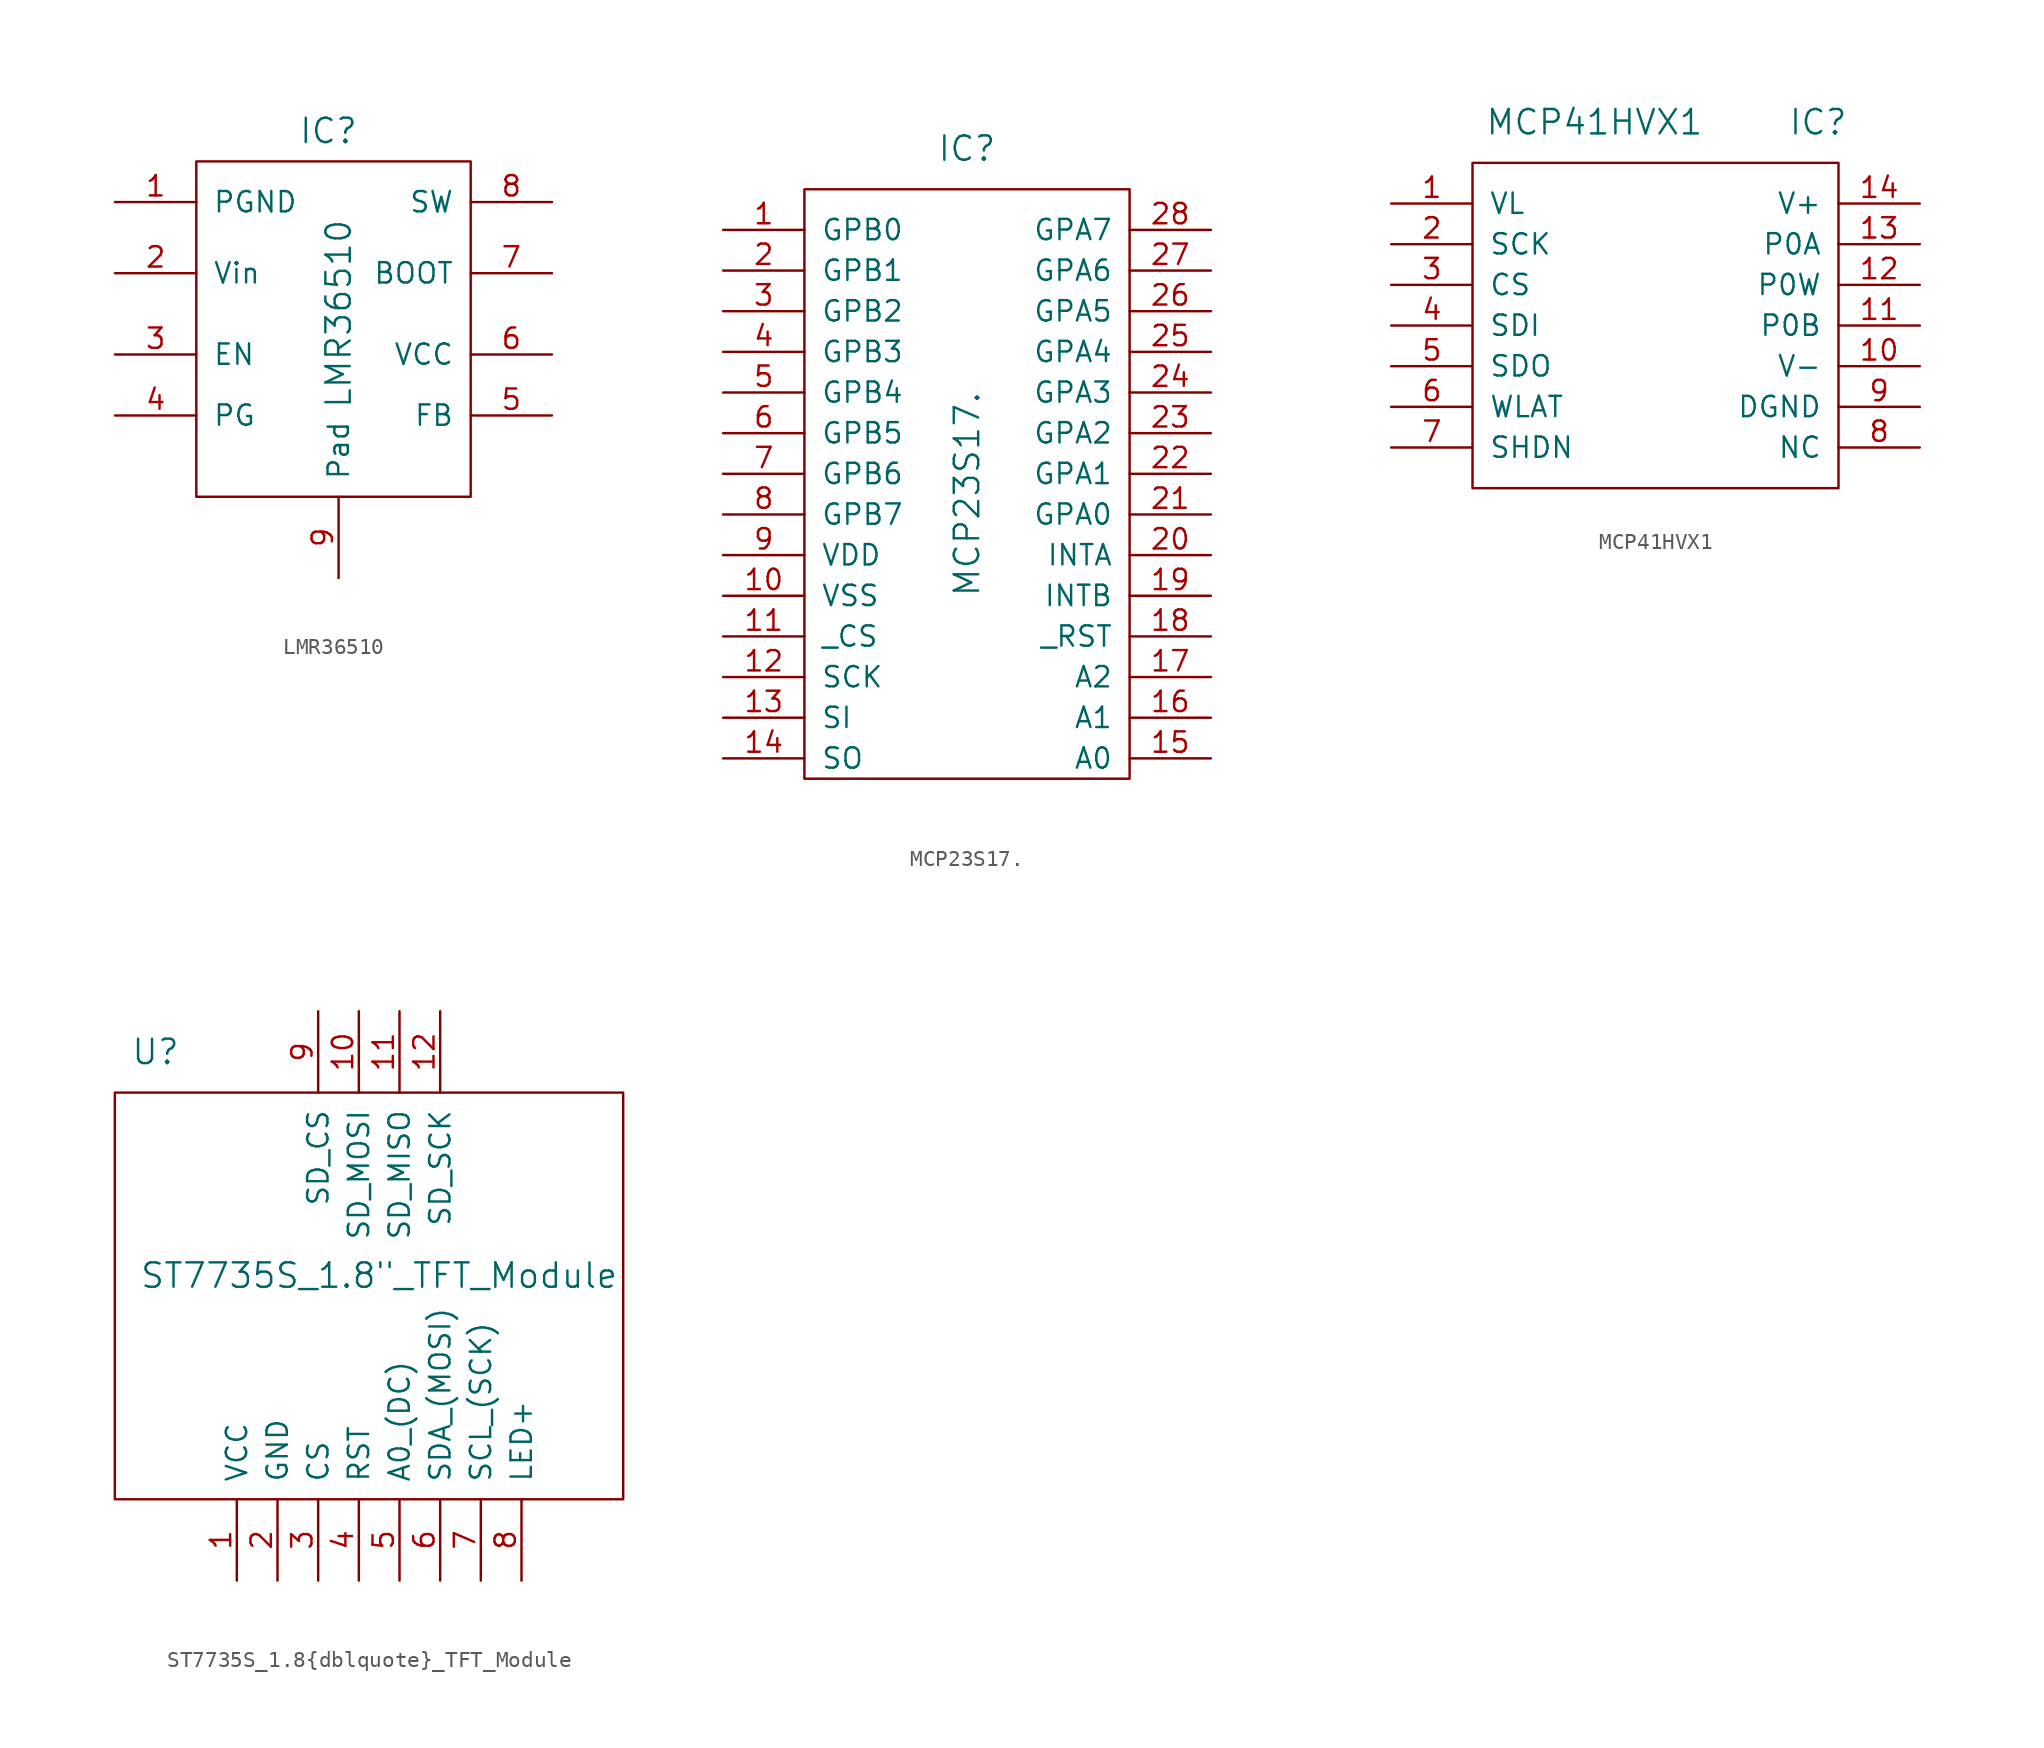
<source format=kicad_sym>
(kicad_symbol_lib
  (version 20220914)
  (generator kicad_symbol_editor)
  (symbol "LMR36510"
    (pin_names
      (offset 1.016))
    (property "Reference" "IC"
      (at -0.635 11.43 0)
      (effects (font (size 1.524 1.524))))
    (property "Value" "LMR36510"
      (at 0 0 90)
      (effects (font (size 1.524 1.524))))
    (symbol "LMR36510_0_0"
      (rectangle (start -8.89 9.525) (end 8.255 -11.43) (stroke (width 0) (type solid)) (fill (type none))))
    (symbol "LMR36510_1_1"
      (pin input line (at -13.97 6.985 0) (length 5.08) (name "PGND" (effects (font (size 1.27 1.27)))) (number "1" (effects (font (size 1.27 1.27)))))
      (pin input line (at -13.97 2.54 0) (length 5.08) (name "Vin" (effects (font (size 1.27 1.27)))) (number "2" (effects (font (size 1.27 1.27)))))
      (pin input line (at -13.97 -2.54 0) (length 5.08) (name "EN" (effects (font (size 1.27 1.27)))) (number "3" (effects (font (size 1.27 1.27)))))
      (pin input line (at -13.97 -6.35 0) (length 5.08) (name "PG" (effects (font (size 1.27 1.27)))) (number "4" (effects (font (size 1.27 1.27)))))
      (pin input line (at 13.335 -6.35 180) (length 5.08) (name "FB" (effects (font (size 1.27 1.27)))) (number "5" (effects (font (size 1.27 1.27)))))
      (pin input line (at 13.335 -2.54 180) (length 5.08) (name "VCC" (effects (font (size 1.27 1.27)))) (number "6" (effects (font (size 1.27 1.27)))))
      (pin input line (at 13.335 2.54 180) (length 5.08) (name "BOOT" (effects (font (size 1.27 1.27)))) (number "7" (effects (font (size 1.27 1.27)))))
      (pin input line (at 13.335 6.985 180) (length 5.08) (name "SW" (effects (font (size 1.27 1.27)))) (number "8" (effects (font (size 1.27 1.27)))))
      (pin input line (at 0 -16.51 90) (length 5.08) (name "Pad" (effects (font (size 1.27 1.27)))) (number "9" (effects (font (size 1.27 1.27)))))))
  (symbol "MCP23S17."
    (pin_names
      (offset 1.016))
    (property "Reference" "IC"
      (at 0 2.54 0)
      (effects (font (size 1.524 1.524))))
    (property "Value" "MCP23S17."
      (at 0 -19.05 90)
      (effects (font (size 1.524 1.524))))
    (symbol "MCP23S17._0_1"
      (rectangle (start -10.16 0) (end 10.16 -36.83) (stroke (width 0) (type solid)) (fill (type none))))
    (symbol "MCP23S17._1_1"
      (pin input line (at -15.24 -2.54 0) (length 5.08) (name "GPB0" (effects (font (size 1.27 1.27)))) (number "1" (effects (font (size 1.27 1.27)))))
      (pin input line (at -15.24 -25.4 0) (length 5.08) (name "VSS" (effects (font (size 1.27 1.27)))) (number "10" (effects (font (size 1.27 1.27)))))
      (pin input line (at -15.24 -27.94 0) (length 5.08) (name "_CS" (effects (font (size 1.27 1.27)))) (number "11" (effects (font (size 1.27 1.27)))))
      (pin input line (at -15.24 -30.48 0) (length 5.08) (name "SCK" (effects (font (size 1.27 1.27)))) (number "12" (effects (font (size 1.27 1.27)))))
      (pin input line (at -15.24 -33.02 0) (length 5.08) (name "SI" (effects (font (size 1.27 1.27)))) (number "13" (effects (font (size 1.27 1.27)))))
      (pin input line (at -15.24 -35.56 0) (length 5.08) (name "SO" (effects (font (size 1.27 1.27)))) (number "14" (effects (font (size 1.27 1.27)))))
      (pin input line (at 15.24 -35.56 180) (length 5.08) (name "A0" (effects (font (size 1.27 1.27)))) (number "15" (effects (font (size 1.27 1.27)))))
      (pin input line (at 15.24 -33.02 180) (length 5.08) (name "A1" (effects (font (size 1.27 1.27)))) (number "16" (effects (font (size 1.27 1.27)))))
      (pin input line (at 15.24 -30.48 180) (length 5.08) (name "A2" (effects (font (size 1.27 1.27)))) (number "17" (effects (font (size 1.27 1.27)))))
      (pin input line (at 15.24 -27.94 180) (length 5.08) (name "_RST" (effects (font (size 1.27 1.27)))) (number "18" (effects (font (size 1.27 1.27)))))
      (pin input line (at 15.24 -25.4 180) (length 5.08) (name "INTB" (effects (font (size 1.27 1.27)))) (number "19" (effects (font (size 1.27 1.27)))))
      (pin input line (at -15.24 -5.08 0) (length 5.08) (name "GPB1" (effects (font (size 1.27 1.27)))) (number "2" (effects (font (size 1.27 1.27)))))
      (pin input line (at 15.24 -22.86 180) (length 5.08) (name "INTA" (effects (font (size 1.27 1.27)))) (number "20" (effects (font (size 1.27 1.27)))))
      (pin input line (at 15.24 -20.32 180) (length 5.08) (name "GPA0" (effects (font (size 1.27 1.27)))) (number "21" (effects (font (size 1.27 1.27)))))
      (pin input line (at 15.24 -17.78 180) (length 5.08) (name "GPA1" (effects (font (size 1.27 1.27)))) (number "22" (effects (font (size 1.27 1.27)))))
      (pin input line (at 15.24 -15.24 180) (length 5.08) (name "GPA2" (effects (font (size 1.27 1.27)))) (number "23" (effects (font (size 1.27 1.27)))))
      (pin input line (at 15.24 -12.7 180) (length 5.08) (name "GPA3" (effects (font (size 1.27 1.27)))) (number "24" (effects (font (size 1.27 1.27)))))
      (pin input line (at 15.24 -10.16 180) (length 5.08) (name "GPA4" (effects (font (size 1.27 1.27)))) (number "25" (effects (font (size 1.27 1.27)))))
      (pin input line (at 15.24 -7.62 180) (length 5.08) (name "GPA5" (effects (font (size 1.27 1.27)))) (number "26" (effects (font (size 1.27 1.27)))))
      (pin input line (at 15.24 -5.08 180) (length 5.08) (name "GPA6" (effects (font (size 1.27 1.27)))) (number "27" (effects (font (size 1.27 1.27)))))
      (pin input line (at 15.24 -2.54 180) (length 5.08) (name "GPA7" (effects (font (size 1.27 1.27)))) (number "28" (effects (font (size 1.27 1.27)))))
      (pin input line (at -15.24 -7.62 0) (length 5.08) (name "GPB2" (effects (font (size 1.27 1.27)))) (number "3" (effects (font (size 1.27 1.27)))))
      (pin input line (at -15.24 -10.16 0) (length 5.08) (name "GPB3" (effects (font (size 1.27 1.27)))) (number "4" (effects (font (size 1.27 1.27)))))
      (pin input line (at -15.24 -12.7 0) (length 5.08) (name "GPB4" (effects (font (size 1.27 1.27)))) (number "5" (effects (font (size 1.27 1.27)))))
      (pin input line (at -15.24 -15.24 0) (length 5.08) (name "GPB5" (effects (font (size 1.27 1.27)))) (number "6" (effects (font (size 1.27 1.27)))))
      (pin input line (at -15.24 -17.78 0) (length 5.08) (name "GPB6" (effects (font (size 1.27 1.27)))) (number "7" (effects (font (size 1.27 1.27)))))
      (pin input line (at -15.24 -20.32 0) (length 5.08) (name "GPB7" (effects (font (size 1.27 1.27)))) (number "8" (effects (font (size 1.27 1.27)))))
      (pin input line (at -15.24 -22.86 0) (length 5.08) (name "VDD" (effects (font (size 1.27 1.27)))) (number "9" (effects (font (size 1.27 1.27)))))))
  (symbol "MCP41HVX1"
    (pin_names
      (offset 1.016))
    (property "Reference" "IC"
      (at 10.16 12.7 0)
      (effects (font (size 1.524 1.524))))
    (property "Value" "MCP41HVX1"
      (at -3.81 12.7 0)
      (effects (font (size 1.524 1.524))))
    (symbol "MCP41HVX1_0_1"
      (rectangle (start -11.43 10.16) (end 11.43 -10.16) (stroke (width 0) (type solid)) (fill (type none))))
    (symbol "MCP41HVX1_1_1"
      (pin input line (at -16.51 7.62 0) (length 5.08) (name "VL" (effects (font (size 1.27 1.27)))) (number "1" (effects (font (size 1.27 1.27)))))
      (pin input line (at 16.51 -2.54 180) (length 5.08) (name "V-" (effects (font (size 1.27 1.27)))) (number "10" (effects (font (size 1.27 1.27)))))
      (pin input line (at 16.51 0 180) (length 5.08) (name "P0B" (effects (font (size 1.27 1.27)))) (number "11" (effects (font (size 1.27 1.27)))))
      (pin input line (at 16.51 2.54 180) (length 5.08) (name "P0W" (effects (font (size 1.27 1.27)))) (number "12" (effects (font (size 1.27 1.27)))))
      (pin input line (at 16.51 5.08 180) (length 5.08) (name "P0A" (effects (font (size 1.27 1.27)))) (number "13" (effects (font (size 1.27 1.27)))))
      (pin input line (at 16.51 7.62 180) (length 5.08) (name "V+" (effects (font (size 1.27 1.27)))) (number "14" (effects (font (size 1.27 1.27)))))
      (pin input line (at -16.51 5.08 0) (length 5.08) (name "SCK" (effects (font (size 1.27 1.27)))) (number "2" (effects (font (size 1.27 1.27)))))
      (pin input line (at -16.51 2.54 0) (length 5.08) (name "CS" (effects (font (size 1.27 1.27)))) (number "3" (effects (font (size 1.27 1.27)))))
      (pin input line (at -16.51 0 0) (length 5.08) (name "SDI" (effects (font (size 1.27 1.27)))) (number "4" (effects (font (size 1.27 1.27)))))
      (pin input line (at -16.51 -2.54 0) (length 5.08) (name "SDO" (effects (font (size 1.27 1.27)))) (number "5" (effects (font (size 1.27 1.27)))))
      (pin input line (at -16.51 -5.08 0) (length 5.08) (name "WLAT" (effects (font (size 1.27 1.27)))) (number "6" (effects (font (size 1.27 1.27)))))
      (pin input line (at -16.51 -7.62 0) (length 5.08) (name "SHDN" (effects (font (size 1.27 1.27)))) (number "7" (effects (font (size 1.27 1.27)))))
      (pin input line (at 16.51 -7.62 180) (length 5.08) (name "NC" (effects (font (size 1.27 1.27)))) (number "8" (effects (font (size 1.27 1.27)))))
      (pin input line (at 16.51 -5.08 180) (length 5.08) (name "DGND" (effects (font (size 1.27 1.27)))) (number "9" (effects (font (size 1.27 1.27)))))))
  (symbol "ST7735S_1.8{dblquote}_TFT_Module"
    (pin_names
      (offset 1.016))
    (property "Reference" "U"
      (at -13.97 2.54 0)
      (effects (font (size 1.524 1.524))))
    (property "Value" "ST7735S_1.8\"_TFT_Module"
      (at 0 -11.43 0)
      (effects (font (size 1.524 1.524))))
    (symbol "ST7735S_1.8{dblquote}_TFT_Module_0_1"
      (rectangle (start -16.51 -25.4) (end 15.24 0) (stroke (width 0) (type solid)) (fill (type none))))
    (symbol "ST7735S_1.8{dblquote}_TFT_Module_1_1"
      (pin input line (at -8.89 -30.48 90) (length 5.08) (name "VCC" (effects (font (size 1.27 1.27)))) (number "1" (effects (font (size 1.27 1.27)))))
      (pin input line (at -1.27 5.08 270) (length 5.08) (name "SD_MOSI" (effects (font (size 1.27 1.27)))) (number "10" (effects (font (size 1.27 1.27)))))
      (pin input line (at 1.27 5.08 270) (length 5.08) (name "SD_MISO" (effects (font (size 1.27 1.27)))) (number "11" (effects (font (size 1.27 1.27)))))
      (pin input line (at 3.81 5.08 270) (length 5.08) (name "SD_SCK" (effects (font (size 1.27 1.27)))) (number "12" (effects (font (size 1.27 1.27)))))
      (pin input line (at -6.35 -30.48 90) (length 5.08) (name "GND" (effects (font (size 1.27 1.27)))) (number "2" (effects (font (size 1.27 1.27)))))
      (pin input line (at -3.81 -30.48 90) (length 5.08) (name "CS" (effects (font (size 1.27 1.27)))) (number "3" (effects (font (size 1.27 1.27)))))
      (pin input line (at -1.27 -30.48 90) (length 5.08) (name "RST" (effects (font (size 1.27 1.27)))) (number "4" (effects (font (size 1.27 1.27)))))
      (pin input line (at 1.27 -30.48 90) (length 5.08) (name "A0_(DC)" (effects (font (size 1.27 1.27)))) (number "5" (effects (font (size 1.27 1.27)))))
      (pin input line (at 3.81 -30.48 90) (length 5.08) (name "SDA_(MOSI)" (effects (font (size 1.27 1.27)))) (number "6" (effects (font (size 1.27 1.27)))))
      (pin input line (at 6.35 -30.48 90) (length 5.08) (name "SCL_(SCK)" (effects (font (size 1.27 1.27)))) (number "7" (effects (font (size 1.27 1.27)))))
      (pin input line (at 8.89 -30.48 90) (length 5.08) (name "LED+" (effects (font (size 1.27 1.27)))) (number "8" (effects (font (size 1.27 1.27)))))
      (pin input line (at -3.81 5.08 270) (length 5.08) (name "SD_CS" (effects (font (size 1.27 1.27)))) (number "9" (effects (font (size 1.27 1.27))))))))
</source>
